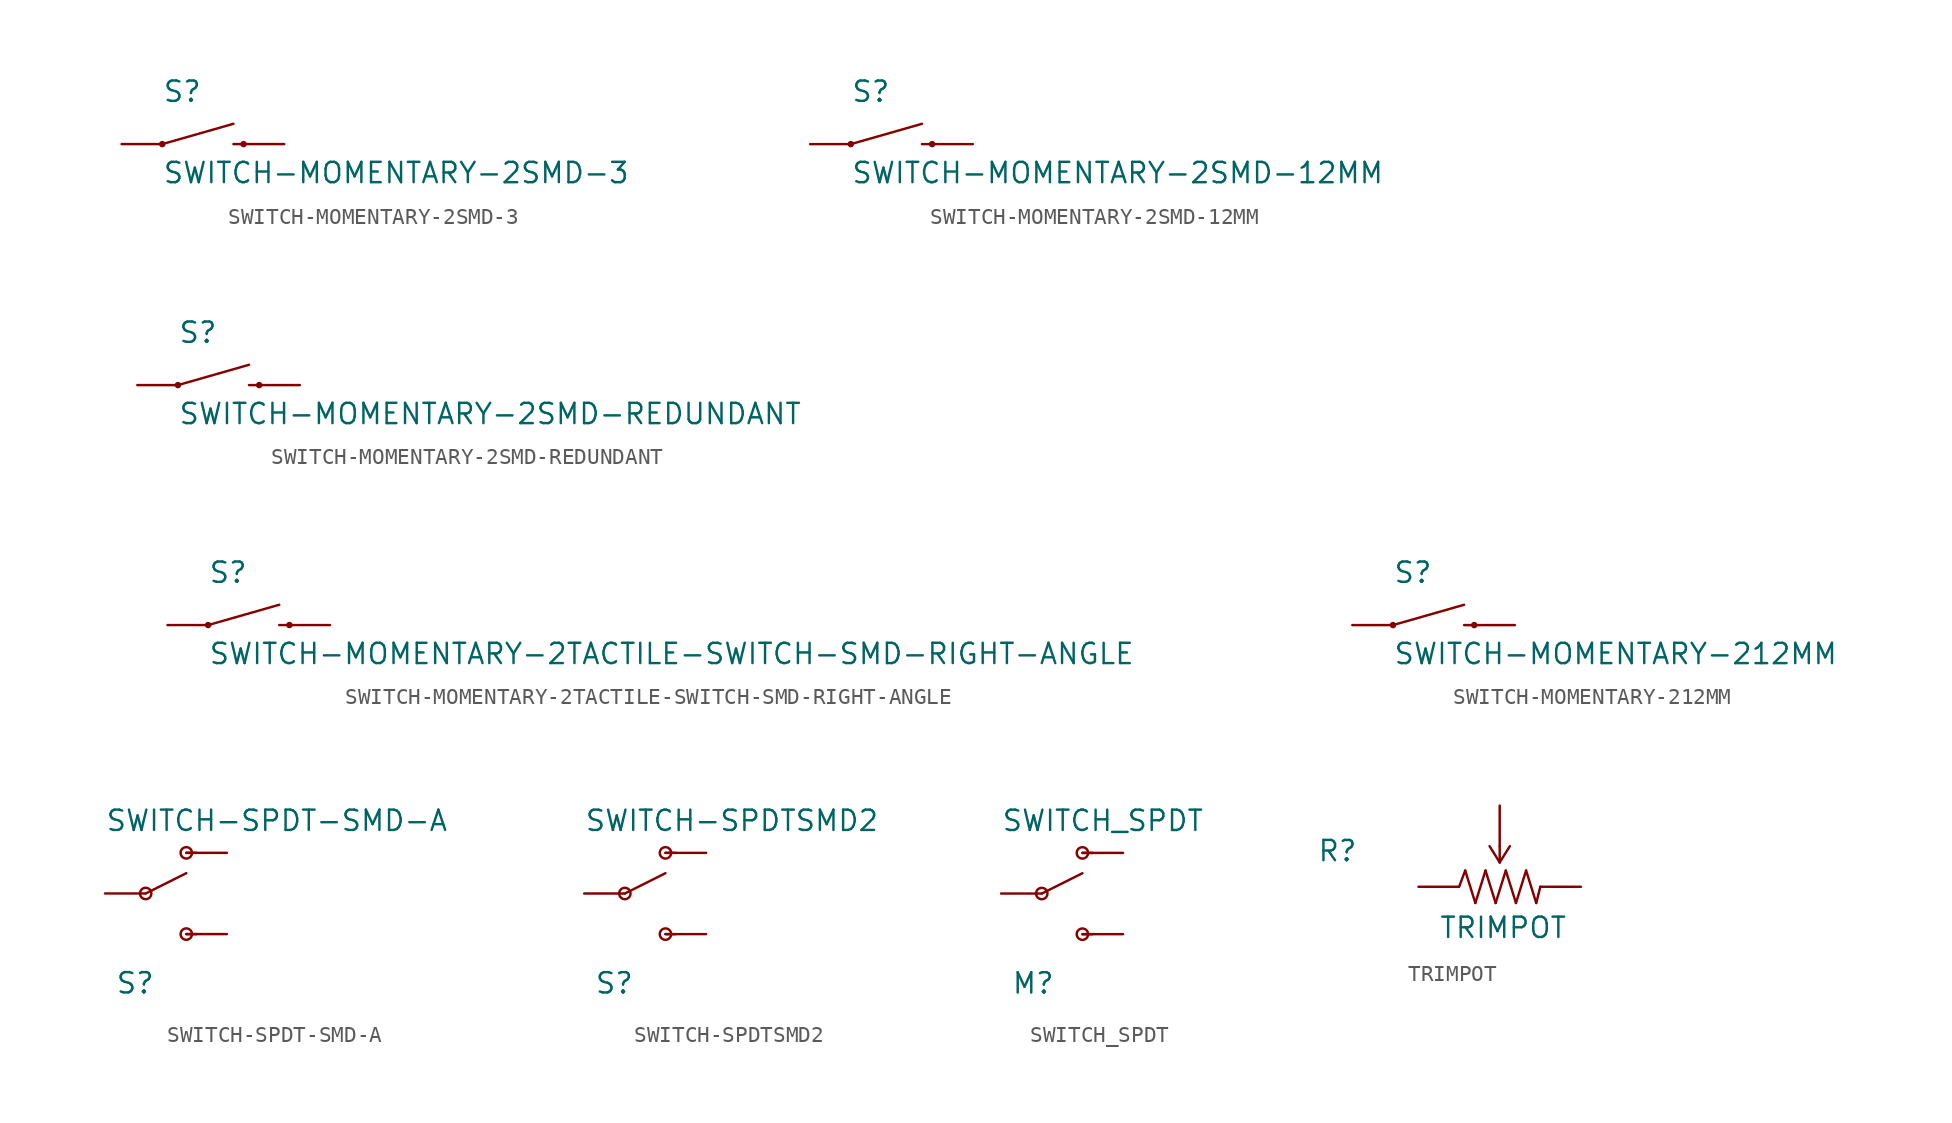
<source format=kicad_sym>
(kicad_symbol_lib
  (version 20211014)
  (generator kicad_symbol_editor)
  (symbol "SWITCH-MOMENTARY-2SMD-3"
    (pin_numbers hide)
    (pin_names
      (offset 1.016) hide)
    (property "Reference" "S"
      (at -2.54 2.54 0)
      (effects (font (size 1.27 1.27)) (justify left bottom)))
    (property "Value" "SWITCH-MOMENTARY-2SMD-3"
      (at -2.54 -2.54 0)
      (effects (font (size 1.27 1.27)) (justify left bottom)))
    (property "ki_locked" ""
      (at 0 0 0)
      (effects (font (size 1.27 1.27))))
    (symbol "SWITCH-MOMENTARY-2SMD-3_1_0"
      (polyline (pts (xy -2.54 0) (xy 1.905 1.27)) (stroke (width 0) (type default) (color 0 0 0 0)) (fill (type none)))
      (polyline (pts (xy 1.905 0) (xy 2.54 0)) (stroke (width 0) (type default) (color 0 0 0 0)) (fill (type none))))
    (symbol "SWITCH-MOMENTARY-2SMD-3_1_1"
      (circle (center -2.54 0) (radius 0.127) (stroke (width 0) (type default) (color 0 0 0 0)) (fill (type outline)))
      (circle (center 2.54 0) (radius 0.127) (stroke (width 0) (type default) (color 0 0 0 0)) (fill (type outline)))
      (pin passive line (at -5.08 0 0) (length 2.54) (name "1" (effects (font (size 1.016 1.016)))) (number "1" (effects (font (size 1.016 1.016)))))
      (pin passive line (at 5.08 0 180) (length 2.54) (name "2" (effects (font (size 1.016 1.016)))) (number "4" (effects (font (size 1.016 1.016)))))))
  (symbol "SWITCH-MOMENTARY-2SMD-12MM"
    (pin_numbers hide)
    (pin_names
      (offset 1.016) hide)
    (property "Reference" "S"
      (at -2.54 2.54 0)
      (effects (font (size 1.27 1.27)) (justify left bottom)))
    (property "Value" "SWITCH-MOMENTARY-2SMD-12MM"
      (at -2.54 -2.54 0)
      (effects (font (size 1.27 1.27)) (justify left bottom)))
    (property "ki_locked" ""
      (at 0 0 0)
      (effects (font (size 1.27 1.27))))
    (symbol "SWITCH-MOMENTARY-2SMD-12MM_1_0"
      (polyline (pts (xy -2.54 0) (xy 1.905 1.27)) (stroke (width 0) (type default) (color 0 0 0 0)) (fill (type none)))
      (polyline (pts (xy 1.905 0) (xy 2.54 0)) (stroke (width 0) (type default) (color 0 0 0 0)) (fill (type none))))
    (symbol "SWITCH-MOMENTARY-2SMD-12MM_1_1"
      (circle (center -2.54 0) (radius 0.127) (stroke (width 0) (type default) (color 0 0 0 0)) (fill (type outline)))
      (circle (center 2.54 0) (radius 0.127) (stroke (width 0) (type default) (color 0 0 0 0)) (fill (type outline)))
      (pin passive line (at -5.08 0 0) (length 2.54) (name "1" (effects (font (size 1.016 1.016)))) (number "1" (effects (font (size 1.016 1.016)))))
      (pin passive line (at 5.08 0 180) (length 2.54) (name "2" (effects (font (size 1.016 1.016)))) (number "3" (effects (font (size 1.016 1.016)))))))
  (symbol "SWITCH-MOMENTARY-2SMD-REDUNDANT"
    (pin_numbers hide)
    (pin_names
      (offset 1.016) hide)
    (property "Reference" "S"
      (at -2.54 2.54 0)
      (effects (font (size 1.27 1.27)) (justify left bottom)))
    (property "Value" "SWITCH-MOMENTARY-2SMD-REDUNDANT"
      (at -2.54 -2.54 0)
      (effects (font (size 1.27 1.27)) (justify left bottom)))
    (property "ki_locked" ""
      (at 0 0 0)
      (effects (font (size 1.27 1.27))))
    (symbol "SWITCH-MOMENTARY-2SMD-REDUNDANT_1_0"
      (polyline (pts (xy -2.54 0) (xy 1.905 1.27)) (stroke (width 0) (type default) (color 0 0 0 0)) (fill (type none)))
      (polyline (pts (xy 1.905 0) (xy 2.54 0)) (stroke (width 0) (type default) (color 0 0 0 0)) (fill (type none))))
    (symbol "SWITCH-MOMENTARY-2SMD-REDUNDANT_1_1"
      (circle (center -2.54 0) (radius 0.127) (stroke (width 0) (type default) (color 0 0 0 0)) (fill (type outline)))
      (circle (center 2.54 0) (radius 0.127) (stroke (width 0) (type default) (color 0 0 0 0)) (fill (type outline)))
      (pin passive line (at -5.08 0 0) (length 2.54) (name "1" (effects (font (size 1.016 1.016)))) (number "1" (effects (font (size 1.016 1.016)))))
      (pin passive line (at -5.08 0 0) (length 2.54) hide (name "1" (effects (font (size 1.016 1.016)))) (number "2" (effects (font (size 1.016 1.016)))))
      (pin passive line (at 5.08 0 180) (length 2.54) (name "2" (effects (font (size 1.016 1.016)))) (number "3" (effects (font (size 1.016 1.016)))))
      (pin passive line (at 5.08 0 180) (length 2.54) hide (name "2" (effects (font (size 1.016 1.016)))) (number "4" (effects (font (size 1.016 1.016)))))))
  (symbol "SWITCH-MOMENTARY-2TACTILE-SWITCH-SMD-RIGHT-ANGLE"
    (pin_numbers hide)
    (pin_names
      (offset 1.016) hide)
    (property "Reference" "S"
      (at -2.54 2.54 0)
      (effects (font (size 1.27 1.27)) (justify left bottom)))
    (property "Value" "SWITCH-MOMENTARY-2TACTILE-SWITCH-SMD-RIGHT-ANGLE"
      (at -2.54 -2.54 0)
      (effects (font (size 1.27 1.27)) (justify left bottom)))
    (property "ki_locked" ""
      (at 0 0 0)
      (effects (font (size 1.27 1.27))))
    (symbol "SWITCH-MOMENTARY-2TACTILE-SWITCH-SMD-RIGHT-ANGLE_1_0"
      (polyline (pts (xy -2.54 0) (xy 1.905 1.27)) (stroke (width 0) (type default) (color 0 0 0 0)) (fill (type none)))
      (polyline (pts (xy 1.905 0) (xy 2.54 0)) (stroke (width 0) (type default) (color 0 0 0 0)) (fill (type none))))
    (symbol "SWITCH-MOMENTARY-2TACTILE-SWITCH-SMD-RIGHT-ANGLE_1_1"
      (circle (center -2.54 0) (radius 0.127) (stroke (width 0) (type default) (color 0 0 0 0)) (fill (type outline)))
      (circle (center 2.54 0) (radius 0.127) (stroke (width 0) (type default) (color 0 0 0 0)) (fill (type outline)))
      (pin passive line (at -5.08 0 0) (length 2.54) (name "1" (effects (font (size 1.016 1.016)))) (number "1" (effects (font (size 1.016 1.016)))))
      (pin passive line (at 5.08 0 180) (length 2.54) (name "2" (effects (font (size 1.016 1.016)))) (number "2" (effects (font (size 1.016 1.016)))))))
  (symbol "SWITCH-MOMENTARY-212MM"
    (pin_numbers hide)
    (pin_names
      (offset 1.016) hide)
    (property "Reference" "S"
      (at -2.54 2.54 0)
      (effects (font (size 1.27 1.27)) (justify left bottom)))
    (property "Value" "SWITCH-MOMENTARY-212MM"
      (at -2.54 -2.54 0)
      (effects (font (size 1.27 1.27)) (justify left bottom)))
    (property "ki_locked" ""
      (at 0 0 0)
      (effects (font (size 1.27 1.27))))
    (symbol "SWITCH-MOMENTARY-212MM_1_0"
      (polyline (pts (xy -2.54 0) (xy 1.905 1.27)) (stroke (width 0) (type default) (color 0 0 0 0)) (fill (type none)))
      (polyline (pts (xy 1.905 0) (xy 2.54 0)) (stroke (width 0) (type default) (color 0 0 0 0)) (fill (type none))))
    (symbol "SWITCH-MOMENTARY-212MM_1_1"
      (circle (center -2.54 0) (radius 0.127) (stroke (width 0) (type default) (color 0 0 0 0)) (fill (type outline)))
      (circle (center 2.54 0) (radius 0.127) (stroke (width 0) (type default) (color 0 0 0 0)) (fill (type outline)))
      (pin passive line (at -5.08 0 0) (length 2.54) (name "1" (effects (font (size 1.016 1.016)))) (number "1" (effects (font (size 1.016 1.016)))))
      (pin passive line (at 5.08 0 180) (length 2.54) (name "2" (effects (font (size 1.016 1.016)))) (number "3" (effects (font (size 1.016 1.016)))))))
  (symbol "SWITCH-SPDT-SMD-A"
    (pin_numbers hide)
    (pin_names
      (offset 1.016) hide)
    (property "Reference" "S"
      (at -1.905 -6.35 0)
      (effects (font (size 1.27 1.27)) (justify left bottom)))
    (property "Value" "SWITCH-SPDT-SMD-A"
      (at -2.54 3.81 0)
      (effects (font (size 1.27 1.27)) (justify left bottom)))
    (property "ki_locked" ""
      (at 0 0 0)
      (effects (font (size 1.27 1.27))))
    (symbol "SWITCH-SPDT-SMD-A_1_0"
      (polyline (pts (xy 0 0) (xy 2.54 1.27)) (stroke (width 0) (type default) (color 0 0 0 0)) (fill (type none)))
      (polyline (pts (xy 2.54 -2.54) (xy 3.175 -2.54)) (stroke (width 0) (type default) (color 0 0 0 0)) (fill (type none)))
      (polyline (pts (xy 2.54 2.54) (xy 3.175 2.54)) (stroke (width 0) (type default) (color 0 0 0 0)) (fill (type none))))
    (symbol "SWITCH-SPDT-SMD-A_1_1"
      (circle (center 0 0) (radius 0.356) (stroke (width 0) (type default) (color 0 0 0 0)) (fill (type none)))
      (circle (center 2.54 -2.54) (radius 0.356) (stroke (width 0) (type default) (color 0 0 0 0)) (fill (type none)))
      (circle (center 2.54 2.54) (radius 0.356) (stroke (width 0) (type default) (color 0 0 0 0)) (fill (type none)))
      (pin passive line (at 5.08 2.54 180) (length 2.54) (name "O" (effects (font (size 1.016 1.016)))) (number "1" (effects (font (size 1.016 1.016)))))
      (pin passive line (at -2.54 0 0) (length 2.54) (name "P" (effects (font (size 1.016 1.016)))) (number "2" (effects (font (size 1.016 1.016)))))
      (pin passive line (at 5.08 -2.54 180) (length 2.54) (name "S" (effects (font (size 1.016 1.016)))) (number "3" (effects (font (size 1.016 1.016)))))))
  (symbol "SWITCH-SPDTSMD2"
    (pin_numbers hide)
    (pin_names
      (offset 1.016) hide)
    (property "Reference" "S"
      (at -1.905 -6.35 0)
      (effects (font (size 1.27 1.27)) (justify left bottom)))
    (property "Value" "SWITCH-SPDTSMD2"
      (at -2.54 3.81 0)
      (effects (font (size 1.27 1.27)) (justify left bottom)))
    (property "ki_locked" ""
      (at 0 0 0)
      (effects (font (size 1.27 1.27))))
    (symbol "SWITCH-SPDTSMD2_1_0"
      (polyline (pts (xy 0 0) (xy 2.54 1.27)) (stroke (width 0) (type default) (color 0 0 0 0)) (fill (type none)))
      (polyline (pts (xy 2.54 -2.54) (xy 3.175 -2.54)) (stroke (width 0) (type default) (color 0 0 0 0)) (fill (type none)))
      (polyline (pts (xy 2.54 2.54) (xy 3.175 2.54)) (stroke (width 0) (type default) (color 0 0 0 0)) (fill (type none))))
    (symbol "SWITCH-SPDTSMD2_1_1"
      (circle (center 0 0) (radius 0.356) (stroke (width 0) (type default) (color 0 0 0 0)) (fill (type none)))
      (circle (center 2.54 -2.54) (radius 0.356) (stroke (width 0) (type default) (color 0 0 0 0)) (fill (type none)))
      (circle (center 2.54 2.54) (radius 0.356) (stroke (width 0) (type default) (color 0 0 0 0)) (fill (type none)))
      (pin passive line (at 5.08 2.54 180) (length 2.54) (name "O" (effects (font (size 1.016 1.016)))) (number "1" (effects (font (size 1.016 1.016)))))
      (pin passive line (at -2.54 0 0) (length 2.54) (name "P" (effects (font (size 1.016 1.016)))) (number "2" (effects (font (size 1.016 1.016)))))
      (pin passive line (at 5.08 -2.54 180) (length 2.54) (name "S" (effects (font (size 1.016 1.016)))) (number "3" (effects (font (size 1.016 1.016)))))))
  (symbol "SWITCH_SPDT"
    (pin_numbers hide)
    (pin_names
      (offset 1.016) hide)
    (property "Reference" "M"
      (at -1.905 -6.35 0)
      (effects (font (size 1.27 1.27)) (justify left bottom)))
    (property "Value" "SWITCH_SPDT"
      (at -2.54 3.81 0)
      (effects (font (size 1.27 1.27)) (justify left bottom)))
    (property "ki_locked" ""
      (at 0 0 0)
      (effects (font (size 1.27 1.27))))
    (symbol "SWITCH_SPDT_1_0"
      (polyline (pts (xy 0 0) (xy 2.54 1.27)) (stroke (width 0) (type default) (color 0 0 0 0)) (fill (type none)))
      (polyline (pts (xy 2.54 -2.54) (xy 3.175 -2.54)) (stroke (width 0) (type default) (color 0 0 0 0)) (fill (type none)))
      (polyline (pts (xy 2.54 2.54) (xy 3.175 2.54)) (stroke (width 0) (type default) (color 0 0 0 0)) (fill (type none))))
    (symbol "SWITCH_SPDT_1_1"
      (circle (center 0 0) (radius 0.356) (stroke (width 0) (type default) (color 0 0 0 0)) (fill (type none)))
      (circle (center 2.54 -2.54) (radius 0.356) (stroke (width 0) (type default) (color 0 0 0 0)) (fill (type none)))
      (circle (center 2.54 2.54) (radius 0.356) (stroke (width 0) (type default) (color 0 0 0 0)) (fill (type none)))
      (pin passive line (at 5.08 2.54 180) (length 2.54) (name "O" (effects (font (size 1.016 1.016)))) (number "O" (effects (font (size 1.016 1.016)))))
      (pin passive line (at -2.54 0 0) (length 2.54) (name "P" (effects (font (size 1.016 1.016)))) (number "P" (effects (font (size 1.016 1.016)))))
      (pin passive line (at 5.08 -2.54 180) (length 2.54) (name "S" (effects (font (size 1.016 1.016)))) (number "S" (effects (font (size 1.016 1.016)))))))
  (symbol "TRIMPOT"
    (pin_numbers hide)
    (pin_names
      (offset 1.016) hide)
    (property "Reference" "R"
      (at -11.43 1.499 0)
      (effects (font (size 1.27 1.27)) (justify left bottom)))
    (property "Value" "TRIMPOT"
      (at -3.81 -3.302 0)
      (effects (font (size 1.27 1.27)) (justify left bottom)))
    (property "ki_locked" ""
      (at 0 0 0)
      (effects (font (size 1.27 1.27))))
    (symbol "TRIMPOT_1_0"
      (polyline (pts (xy -2.54 0) (xy -2.159 1.016)) (stroke (width 0) (type default) (color 0 0 0 0)) (fill (type none)))
      (polyline (pts (xy -2.159 1.016) (xy -1.524 -1.016)) (stroke (width 0) (type default) (color 0 0 0 0)) (fill (type none)))
      (polyline (pts (xy -1.524 -1.016) (xy -0.889 1.016)) (stroke (width 0) (type default) (color 0 0 0 0)) (fill (type none)))
      (polyline (pts (xy -0.889 1.016) (xy -0.254 -1.016)) (stroke (width 0) (type default) (color 0 0 0 0)) (fill (type none)))
      (polyline (pts (xy -0.635 2.54) (xy 0 1.524)) (stroke (width 0) (type default) (color 0 0 0 0)) (fill (type none)))
      (polyline (pts (xy -0.254 -1.016) (xy 0.381 1.016)) (stroke (width 0) (type default) (color 0 0 0 0)) (fill (type none)))
      (polyline (pts (xy 0 1.524) (xy 0.635 2.54)) (stroke (width 0) (type default) (color 0 0 0 0)) (fill (type none)))
      (polyline (pts (xy 0 2.54) (xy 0 1.524)) (stroke (width 0) (type default) (color 0 0 0 0)) (fill (type none)))
      (polyline (pts (xy 0.381 1.016) (xy 1.016 -1.016)) (stroke (width 0) (type default) (color 0 0 0 0)) (fill (type none)))
      (polyline (pts (xy 1.016 -1.016) (xy 1.651 1.016)) (stroke (width 0) (type default) (color 0 0 0 0)) (fill (type none)))
      (polyline (pts (xy 1.651 1.016) (xy 2.286 -1.016)) (stroke (width 0) (type default) (color 0 0 0 0)) (fill (type none)))
      (polyline (pts (xy 2.286 -1.016) (xy 2.54 0)) (stroke (width 0) (type default) (color 0 0 0 0)) (fill (type none))))
    (symbol "TRIMPOT_1_1"
      (pin passive line (at -5.08 0 0) (length 2.54) (name "CCW" (effects (font (size 1.016 1.016)))) (number "A" (effects (font (size 1.016 1.016)))))
      (pin passive line (at 0 5.08 270) (length 2.54) (name "WIPER" (effects (font (size 1.016 1.016)))) (number "B" (effects (font (size 1.016 1.016)))))
      (pin passive line (at 5.08 0 180) (length 2.54) (name "CW" (effects (font (size 1.016 1.016)))) (number "C" (effects (font (size 1.016 1.016))))))))
</source>
